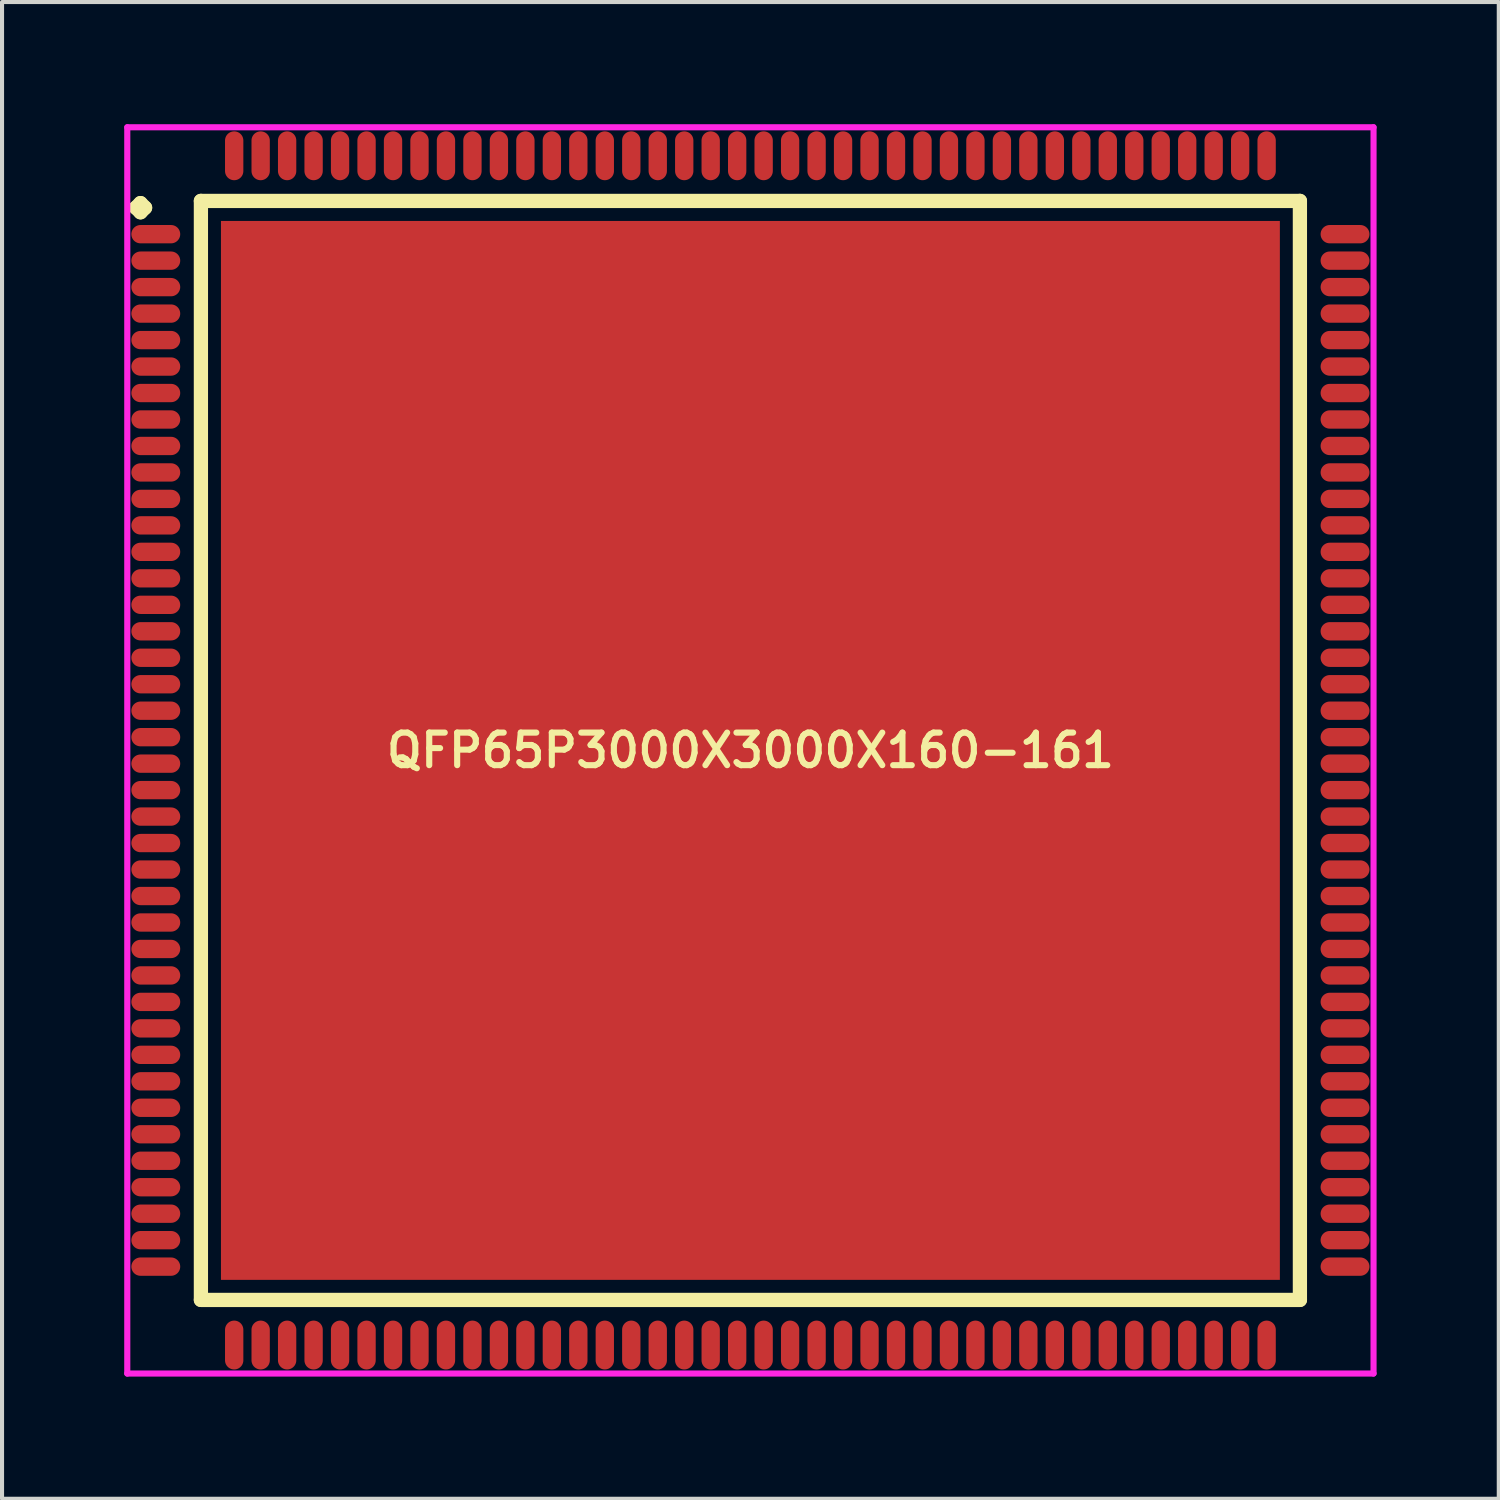
<source format=kicad_pcb>
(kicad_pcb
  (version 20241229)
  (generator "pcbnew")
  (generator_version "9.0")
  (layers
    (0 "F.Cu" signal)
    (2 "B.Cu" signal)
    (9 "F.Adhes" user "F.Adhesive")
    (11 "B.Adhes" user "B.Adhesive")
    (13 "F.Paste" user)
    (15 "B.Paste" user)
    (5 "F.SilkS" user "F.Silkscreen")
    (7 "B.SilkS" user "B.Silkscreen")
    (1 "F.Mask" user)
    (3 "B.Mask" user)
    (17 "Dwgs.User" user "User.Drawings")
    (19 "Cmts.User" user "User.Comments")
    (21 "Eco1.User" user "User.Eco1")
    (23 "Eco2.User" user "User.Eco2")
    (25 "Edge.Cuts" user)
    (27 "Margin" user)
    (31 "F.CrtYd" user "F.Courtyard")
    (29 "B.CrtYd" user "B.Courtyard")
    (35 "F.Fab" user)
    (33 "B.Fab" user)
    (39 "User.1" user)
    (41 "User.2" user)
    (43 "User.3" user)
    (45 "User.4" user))
  (footprint "QFP65P3000X3000X160-161"
    (layer "F.Cu")
    (at 15.375 15.375)
    (property "Reference" "QFP65P3000X3000X160-161" (at 0 0 0) (layer "F.SilkS") (effects (font (size 0.8 0.8) (thickness 0.15))))
    (attr smd)
    (fp_line (start -15.088 -13.325) (end -14.975 -13.438) (stroke (width 0.35) (type solid)) (layer "F.SilkS"))
    (fp_line (start -14.975 -13.438) (end -14.863 -13.325) (stroke (width 0.35) (type solid)) (layer "F.SilkS"))
    (fp_line (start -14.975 -13.213) (end -15.088 -13.325) (stroke (width 0.35) (type solid)) (layer "F.SilkS"))
    (fp_line (start -14.863 -13.325) (end -14.975 -13.213) (stroke (width 0.35) (type solid)) (layer "F.SilkS"))
    (fp_line (start -13.492 -13.492) (end -13.492 13.492) (stroke (width 0.35) (type solid)) (layer "F.SilkS"))
    (fp_line (start -13.492 13.492) (end 13.492 13.492) (stroke (width 0.35) (type solid)) (layer "F.SilkS"))
    (fp_line (start 13.492 -13.492) (end -13.492 -13.492) (stroke (width 0.35) (type solid)) (layer "F.SilkS"))
    (fp_line (start 13.492 13.492) (end 13.492 -13.492) (stroke (width 0.35) (type solid)) (layer "F.SilkS"))
    (fp_line (start -15.3 -15.3) (end 15.3 -15.3) (stroke (width 0.15) (type solid)) (layer "F.CrtYd"))
    (fp_line (start -15.3 15.3) (end -15.3 -15.3) (stroke (width 0.15) (type solid)) (layer "F.CrtYd"))
    (fp_line (start 15.3 -15.3) (end 15.3 15.3) (stroke (width 0.15) (type solid)) (layer "F.CrtYd"))
    (fp_line (start 15.3 15.3) (end -15.3 15.3) (stroke (width 0.15) (type solid)) (layer "F.CrtYd"))
    (pad "1" smd oval (at -14.6 -12.675) (size 1.2 0.45) (layers "F.Cu" "F.Mask" "F.Paste"))
    (pad "2" smd oval (at -14.6 -12.025) (size 1.2 0.45) (layers "F.Cu" "F.Mask" "F.Paste"))
    (pad "3" smd oval (at -14.6 -11.375) (size 1.2 0.45) (layers "F.Cu" "F.Mask" "F.Paste"))
    (pad "4" smd oval (at -14.6 -10.725) (size 1.2 0.45) (layers "F.Cu" "F.Mask" "F.Paste"))
    (pad "5" smd oval (at -14.6 -10.075) (size 1.2 0.45) (layers "F.Cu" "F.Mask" "F.Paste"))
    (pad "6" smd oval (at -14.6 -9.425) (size 1.2 0.45) (layers "F.Cu" "F.Mask" "F.Paste"))
    (pad "7" smd oval (at -14.6 -8.775) (size 1.2 0.45) (layers "F.Cu" "F.Mask" "F.Paste"))
    (pad "8" smd oval (at -14.6 -8.125) (size 1.2 0.45) (layers "F.Cu" "F.Mask" "F.Paste"))
    (pad "9" smd oval (at -14.6 -7.475) (size 1.2 0.45) (layers "F.Cu" "F.Mask" "F.Paste"))
    (pad "10" smd oval (at -14.6 -6.825) (size 1.2 0.45) (layers "F.Cu" "F.Mask" "F.Paste"))
    (pad "11" smd oval (at -14.6 -6.175) (size 1.2 0.45) (layers "F.Cu" "F.Mask" "F.Paste"))
    (pad "12" smd oval (at -14.6 -5.525) (size 1.2 0.45) (layers "F.Cu" "F.Mask" "F.Paste"))
    (pad "13" smd oval (at -14.6 -4.875) (size 1.2 0.45) (layers "F.Cu" "F.Mask" "F.Paste"))
    (pad "14" smd oval (at -14.6 -4.225) (size 1.2 0.45) (layers "F.Cu" "F.Mask" "F.Paste"))
    (pad "15" smd oval (at -14.6 -3.575) (size 1.2 0.45) (layers "F.Cu" "F.Mask" "F.Paste"))
    (pad "16" smd oval (at -14.6 -2.925) (size 1.2 0.45) (layers "F.Cu" "F.Mask" "F.Paste"))
    (pad "17" smd oval (at -14.6 -2.275) (size 1.2 0.45) (layers "F.Cu" "F.Mask" "F.Paste"))
    (pad "18" smd oval (at -14.6 -1.625) (size 1.2 0.45) (layers "F.Cu" "F.Mask" "F.Paste"))
    (pad "19" smd oval (at -14.6 -0.975) (size 1.2 0.45) (layers "F.Cu" "F.Mask" "F.Paste"))
    (pad "20" smd oval (at -14.6 -0.325) (size 1.2 0.45) (layers "F.Cu" "F.Mask" "F.Paste"))
    (pad "21" smd oval (at -14.6 0.325) (size 1.2 0.45) (layers "F.Cu" "F.Mask" "F.Paste"))
    (pad "22" smd oval (at -14.6 0.975) (size 1.2 0.45) (layers "F.Cu" "F.Mask" "F.Paste"))
    (pad "23" smd oval (at -14.6 1.625) (size 1.2 0.45) (layers "F.Cu" "F.Mask" "F.Paste"))
    (pad "24" smd oval (at -14.6 2.275) (size 1.2 0.45) (layers "F.Cu" "F.Mask" "F.Paste"))
    (pad "25" smd oval (at -14.6 2.925) (size 1.2 0.45) (layers "F.Cu" "F.Mask" "F.Paste"))
    (pad "26" smd oval (at -14.6 3.575) (size 1.2 0.45) (layers "F.Cu" "F.Mask" "F.Paste"))
    (pad "27" smd oval (at -14.6 4.225) (size 1.2 0.45) (layers "F.Cu" "F.Mask" "F.Paste"))
    (pad "28" smd oval (at -14.6 4.875) (size 1.2 0.45) (layers "F.Cu" "F.Mask" "F.Paste"))
    (pad "29" smd oval (at -14.6 5.525) (size 1.2 0.45) (layers "F.Cu" "F.Mask" "F.Paste"))
    (pad "30" smd oval (at -14.6 6.175) (size 1.2 0.45) (layers "F.Cu" "F.Mask" "F.Paste"))
    (pad "31" smd oval (at -14.6 6.825) (size 1.2 0.45) (layers "F.Cu" "F.Mask" "F.Paste"))
    (pad "32" smd oval (at -14.6 7.475) (size 1.2 0.45) (layers "F.Cu" "F.Mask" "F.Paste"))
    (pad "33" smd oval (at -14.6 8.125) (size 1.2 0.45) (layers "F.Cu" "F.Mask" "F.Paste"))
    (pad "34" smd oval (at -14.6 8.775) (size 1.2 0.45) (layers "F.Cu" "F.Mask" "F.Paste"))
    (pad "35" smd oval (at -14.6 9.425) (size 1.2 0.45) (layers "F.Cu" "F.Mask" "F.Paste"))
    (pad "36" smd oval (at -14.6 10.075) (size 1.2 0.45) (layers "F.Cu" "F.Mask" "F.Paste"))
    (pad "37" smd oval (at -14.6 10.725) (size 1.2 0.45) (layers "F.Cu" "F.Mask" "F.Paste"))
    (pad "38" smd oval (at -14.6 11.375) (size 1.2 0.45) (layers "F.Cu" "F.Mask" "F.Paste"))
    (pad "39" smd oval (at -14.6 12.025) (size 1.2 0.45) (layers "F.Cu" "F.Mask" "F.Paste"))
    (pad "40" smd oval (at -14.6 12.675) (size 1.2 0.45) (layers "F.Cu" "F.Mask" "F.Paste"))
    (pad "41" smd oval (at -12.675 14.6) (size 0.45 1.2) (layers "F.Cu" "F.Mask" "F.Paste"))
    (pad "42" smd oval (at -12.025 14.6) (size 0.45 1.2) (layers "F.Cu" "F.Mask" "F.Paste"))
    (pad "43" smd oval (at -11.375 14.6) (size 0.45 1.2) (layers "F.Cu" "F.Mask" "F.Paste"))
    (pad "44" smd oval (at -10.725 14.6) (size 0.45 1.2) (layers "F.Cu" "F.Mask" "F.Paste"))
    (pad "45" smd oval (at -10.075 14.6) (size 0.45 1.2) (layers "F.Cu" "F.Mask" "F.Paste"))
    (pad "46" smd oval (at -9.425 14.6) (size 0.45 1.2) (layers "F.Cu" "F.Mask" "F.Paste"))
    (pad "47" smd oval (at -8.775 14.6) (size 0.45 1.2) (layers "F.Cu" "F.Mask" "F.Paste"))
    (pad "48" smd oval (at -8.125 14.6) (size 0.45 1.2) (layers "F.Cu" "F.Mask" "F.Paste"))
    (pad "49" smd oval (at -7.475 14.6) (size 0.45 1.2) (layers "F.Cu" "F.Mask" "F.Paste"))
    (pad "50" smd oval (at -6.825 14.6) (size 0.45 1.2) (layers "F.Cu" "F.Mask" "F.Paste"))
    (pad "51" smd oval (at -6.175 14.6) (size 0.45 1.2) (layers "F.Cu" "F.Mask" "F.Paste"))
    (pad "52" smd oval (at -5.525 14.6) (size 0.45 1.2) (layers "F.Cu" "F.Mask" "F.Paste"))
    (pad "53" smd oval (at -4.875 14.6) (size 0.45 1.2) (layers "F.Cu" "F.Mask" "F.Paste"))
    (pad "54" smd oval (at -4.225 14.6) (size 0.45 1.2) (layers "F.Cu" "F.Mask" "F.Paste"))
    (pad "55" smd oval (at -3.575 14.6) (size 0.45 1.2) (layers "F.Cu" "F.Mask" "F.Paste"))
    (pad "56" smd oval (at -2.925 14.6) (size 0.45 1.2) (layers "F.Cu" "F.Mask" "F.Paste"))
    (pad "57" smd oval (at -2.275 14.6) (size 0.45 1.2) (layers "F.Cu" "F.Mask" "F.Paste"))
    (pad "58" smd oval (at -1.625 14.6) (size 0.45 1.2) (layers "F.Cu" "F.Mask" "F.Paste"))
    (pad "59" smd oval (at -0.975 14.6) (size 0.45 1.2) (layers "F.Cu" "F.Mask" "F.Paste"))
    (pad "60" smd oval (at -0.325 14.6) (size 0.45 1.2) (layers "F.Cu" "F.Mask" "F.Paste"))
    (pad "61" smd oval (at 0.325 14.6) (size 0.45 1.2) (layers "F.Cu" "F.Mask" "F.Paste"))
    (pad "62" smd oval (at 0.975 14.6) (size 0.45 1.2) (layers "F.Cu" "F.Mask" "F.Paste"))
    (pad "63" smd oval (at 1.625 14.6) (size 0.45 1.2) (layers "F.Cu" "F.Mask" "F.Paste"))
    (pad "64" smd oval (at 2.275 14.6) (size 0.45 1.2) (layers "F.Cu" "F.Mask" "F.Paste"))
    (pad "65" smd oval (at 2.925 14.6) (size 0.45 1.2) (layers "F.Cu" "F.Mask" "F.Paste"))
    (pad "66" smd oval (at 3.575 14.6) (size 0.45 1.2) (layers "F.Cu" "F.Mask" "F.Paste"))
    (pad "67" smd oval (at 4.225 14.6) (size 0.45 1.2) (layers "F.Cu" "F.Mask" "F.Paste"))
    (pad "68" smd oval (at 4.875 14.6) (size 0.45 1.2) (layers "F.Cu" "F.Mask" "F.Paste"))
    (pad "69" smd oval (at 5.525 14.6) (size 0.45 1.2) (layers "F.Cu" "F.Mask" "F.Paste"))
    (pad "70" smd oval (at 6.175 14.6) (size 0.45 1.2) (layers "F.Cu" "F.Mask" "F.Paste"))
    (pad "71" smd oval (at 6.825 14.6) (size 0.45 1.2) (layers "F.Cu" "F.Mask" "F.Paste"))
    (pad "72" smd oval (at 7.475 14.6) (size 0.45 1.2) (layers "F.Cu" "F.Mask" "F.Paste"))
    (pad "73" smd oval (at 8.125 14.6) (size 0.45 1.2) (layers "F.Cu" "F.Mask" "F.Paste"))
    (pad "74" smd oval (at 8.775 14.6) (size 0.45 1.2) (layers "F.Cu" "F.Mask" "F.Paste"))
    (pad "75" smd oval (at 9.425 14.6) (size 0.45 1.2) (layers "F.Cu" "F.Mask" "F.Paste"))
    (pad "76" smd oval (at 10.075 14.6) (size 0.45 1.2) (layers "F.Cu" "F.Mask" "F.Paste"))
    (pad "77" smd oval (at 10.725 14.6) (size 0.45 1.2) (layers "F.Cu" "F.Mask" "F.Paste"))
    (pad "78" smd oval (at 11.375 14.6) (size 0.45 1.2) (layers "F.Cu" "F.Mask" "F.Paste"))
    (pad "79" smd oval (at 12.025 14.6) (size 0.45 1.2) (layers "F.Cu" "F.Mask" "F.Paste"))
    (pad "80" smd oval (at 12.675 14.6) (size 0.45 1.2) (layers "F.Cu" "F.Mask" "F.Paste"))
    (pad "81" smd oval (at 14.6 12.675) (size 1.2 0.45) (layers "F.Cu" "F.Mask" "F.Paste"))
    (pad "82" smd oval (at 14.6 12.025) (size 1.2 0.45) (layers "F.Cu" "F.Mask" "F.Paste"))
    (pad "83" smd oval (at 14.6 11.375) (size 1.2 0.45) (layers "F.Cu" "F.Mask" "F.Paste"))
    (pad "84" smd oval (at 14.6 10.725) (size 1.2 0.45) (layers "F.Cu" "F.Mask" "F.Paste"))
    (pad "85" smd oval (at 14.6 10.075) (size 1.2 0.45) (layers "F.Cu" "F.Mask" "F.Paste"))
    (pad "86" smd oval (at 14.6 9.425) (size 1.2 0.45) (layers "F.Cu" "F.Mask" "F.Paste"))
    (pad "87" smd oval (at 14.6 8.775) (size 1.2 0.45) (layers "F.Cu" "F.Mask" "F.Paste"))
    (pad "88" smd oval (at 14.6 8.125) (size 1.2 0.45) (layers "F.Cu" "F.Mask" "F.Paste"))
    (pad "89" smd oval (at 14.6 7.475) (size 1.2 0.45) (layers "F.Cu" "F.Mask" "F.Paste"))
    (pad "90" smd oval (at 14.6 6.825) (size 1.2 0.45) (layers "F.Cu" "F.Mask" "F.Paste"))
    (pad "91" smd oval (at 14.6 6.175) (size 1.2 0.45) (layers "F.Cu" "F.Mask" "F.Paste"))
    (pad "92" smd oval (at 14.6 5.525) (size 1.2 0.45) (layers "F.Cu" "F.Mask" "F.Paste"))
    (pad "93" smd oval (at 14.6 4.875) (size 1.2 0.45) (layers "F.Cu" "F.Mask" "F.Paste"))
    (pad "94" smd oval (at 14.6 4.225) (size 1.2 0.45) (layers "F.Cu" "F.Mask" "F.Paste"))
    (pad "95" smd oval (at 14.6 3.575) (size 1.2 0.45) (layers "F.Cu" "F.Mask" "F.Paste"))
    (pad "96" smd oval (at 14.6 2.925) (size 1.2 0.45) (layers "F.Cu" "F.Mask" "F.Paste"))
    (pad "97" smd oval (at 14.6 2.275) (size 1.2 0.45) (layers "F.Cu" "F.Mask" "F.Paste"))
    (pad "98" smd oval (at 14.6 1.625) (size 1.2 0.45) (layers "F.Cu" "F.Mask" "F.Paste"))
    (pad "99" smd oval (at 14.6 0.975) (size 1.2 0.45) (layers "F.Cu" "F.Mask" "F.Paste"))
    (pad "100" smd oval (at 14.6 0.325) (size 1.2 0.45) (layers "F.Cu" "F.Mask" "F.Paste"))
    (pad "101" smd oval (at 14.6 -0.325) (size 1.2 0.45) (layers "F.Cu" "F.Mask" "F.Paste"))
    (pad "102" smd oval (at 14.6 -0.975) (size 1.2 0.45) (layers "F.Cu" "F.Mask" "F.Paste"))
    (pad "103" smd oval (at 14.6 -1.625) (size 1.2 0.45) (layers "F.Cu" "F.Mask" "F.Paste"))
    (pad "104" smd oval (at 14.6 -2.275) (size 1.2 0.45) (layers "F.Cu" "F.Mask" "F.Paste"))
    (pad "105" smd oval (at 14.6 -2.925) (size 1.2 0.45) (layers "F.Cu" "F.Mask" "F.Paste"))
    (pad "106" smd oval (at 14.6 -3.575) (size 1.2 0.45) (layers "F.Cu" "F.Mask" "F.Paste"))
    (pad "107" smd oval (at 14.6 -4.225) (size 1.2 0.45) (layers "F.Cu" "F.Mask" "F.Paste"))
    (pad "108" smd oval (at 14.6 -4.875) (size 1.2 0.45) (layers "F.Cu" "F.Mask" "F.Paste"))
    (pad "109" smd oval (at 14.6 -5.525) (size 1.2 0.45) (layers "F.Cu" "F.Mask" "F.Paste"))
    (pad "110" smd oval (at 14.6 -6.175) (size 1.2 0.45) (layers "F.Cu" "F.Mask" "F.Paste"))
    (pad "111" smd oval (at 14.6 -6.825) (size 1.2 0.45) (layers "F.Cu" "F.Mask" "F.Paste"))
    (pad "112" smd oval (at 14.6 -7.475) (size 1.2 0.45) (layers "F.Cu" "F.Mask" "F.Paste"))
    (pad "113" smd oval (at 14.6 -8.125) (size 1.2 0.45) (layers "F.Cu" "F.Mask" "F.Paste"))
    (pad "114" smd oval (at 14.6 -8.775) (size 1.2 0.45) (layers "F.Cu" "F.Mask" "F.Paste"))
    (pad "115" smd oval (at 14.6 -9.425) (size 1.2 0.45) (layers "F.Cu" "F.Mask" "F.Paste"))
    (pad "116" smd oval (at 14.6 -10.075) (size 1.2 0.45) (layers "F.Cu" "F.Mask" "F.Paste"))
    (pad "117" smd oval (at 14.6 -10.725) (size 1.2 0.45) (layers "F.Cu" "F.Mask" "F.Paste"))
    (pad "118" smd oval (at 14.6 -11.375) (size 1.2 0.45) (layers "F.Cu" "F.Mask" "F.Paste"))
    (pad "119" smd oval (at 14.6 -12.025) (size 1.2 0.45) (layers "F.Cu" "F.Mask" "F.Paste"))
    (pad "120" smd oval (at 14.6 -12.675) (size 1.2 0.45) (layers "F.Cu" "F.Mask" "F.Paste"))
    (pad "121" smd oval (at 12.675 -14.6) (size 0.45 1.2) (layers "F.Cu" "F.Mask" "F.Paste"))
    (pad "122" smd oval (at 12.025 -14.6) (size 0.45 1.2) (layers "F.Cu" "F.Mask" "F.Paste"))
    (pad "123" smd oval (at 11.375 -14.6) (size 0.45 1.2) (layers "F.Cu" "F.Mask" "F.Paste"))
    (pad "124" smd oval (at 10.725 -14.6) (size 0.45 1.2) (layers "F.Cu" "F.Mask" "F.Paste"))
    (pad "125" smd oval (at 10.075 -14.6) (size 0.45 1.2) (layers "F.Cu" "F.Mask" "F.Paste"))
    (pad "126" smd oval (at 9.425 -14.6) (size 0.45 1.2) (layers "F.Cu" "F.Mask" "F.Paste"))
    (pad "127" smd oval (at 8.775 -14.6) (size 0.45 1.2) (layers "F.Cu" "F.Mask" "F.Paste"))
    (pad "128" smd oval (at 8.125 -14.6) (size 0.45 1.2) (layers "F.Cu" "F.Mask" "F.Paste"))
    (pad "129" smd oval (at 7.475 -14.6) (size 0.45 1.2) (layers "F.Cu" "F.Mask" "F.Paste"))
    (pad "130" smd oval (at 6.825 -14.6) (size 0.45 1.2) (layers "F.Cu" "F.Mask" "F.Paste"))
    (pad "131" smd oval (at 6.175 -14.6) (size 0.45 1.2) (layers "F.Cu" "F.Mask" "F.Paste"))
    (pad "132" smd oval (at 5.525 -14.6) (size 0.45 1.2) (layers "F.Cu" "F.Mask" "F.Paste"))
    (pad "133" smd oval (at 4.875 -14.6) (size 0.45 1.2) (layers "F.Cu" "F.Mask" "F.Paste"))
    (pad "134" smd oval (at 4.225 -14.6) (size 0.45 1.2) (layers "F.Cu" "F.Mask" "F.Paste"))
    (pad "135" smd oval (at 3.575 -14.6) (size 0.45 1.2) (layers "F.Cu" "F.Mask" "F.Paste"))
    (pad "136" smd oval (at 2.925 -14.6) (size 0.45 1.2) (layers "F.Cu" "F.Mask" "F.Paste"))
    (pad "137" smd oval (at 2.275 -14.6) (size 0.45 1.2) (layers "F.Cu" "F.Mask" "F.Paste"))
    (pad "138" smd oval (at 1.625 -14.6) (size 0.45 1.2) (layers "F.Cu" "F.Mask" "F.Paste"))
    (pad "139" smd oval (at 0.975 -14.6) (size 0.45 1.2) (layers "F.Cu" "F.Mask" "F.Paste"))
    (pad "140" smd oval (at 0.325 -14.6) (size 0.45 1.2) (layers "F.Cu" "F.Mask" "F.Paste"))
    (pad "141" smd oval (at -0.325 -14.6) (size 0.45 1.2) (layers "F.Cu" "F.Mask" "F.Paste"))
    (pad "142" smd oval (at -0.975 -14.6) (size 0.45 1.2) (layers "F.Cu" "F.Mask" "F.Paste"))
    (pad "143" smd oval (at -1.625 -14.6) (size 0.45 1.2) (layers "F.Cu" "F.Mask" "F.Paste"))
    (pad "144" smd oval (at -2.275 -14.6) (size 0.45 1.2) (layers "F.Cu" "F.Mask" "F.Paste"))
    (pad "145" smd oval (at -2.925 -14.6) (size 0.45 1.2) (layers "F.Cu" "F.Mask" "F.Paste"))
    (pad "146" smd oval (at -3.575 -14.6) (size 0.45 1.2) (layers "F.Cu" "F.Mask" "F.Paste"))
    (pad "147" smd oval (at -4.225 -14.6) (size 0.45 1.2) (layers "F.Cu" "F.Mask" "F.Paste"))
    (pad "148" smd oval (at -4.875 -14.6) (size 0.45 1.2) (layers "F.Cu" "F.Mask" "F.Paste"))
    (pad "149" smd oval (at -5.525 -14.6) (size 0.45 1.2) (layers "F.Cu" "F.Mask" "F.Paste"))
    (pad "150" smd oval (at -6.175 -14.6) (size 0.45 1.2) (layers "F.Cu" "F.Mask" "F.Paste"))
    (pad "151" smd oval (at -6.825 -14.6) (size 0.45 1.2) (layers "F.Cu" "F.Mask" "F.Paste"))
    (pad "152" smd oval (at -7.475 -14.6) (size 0.45 1.2) (layers "F.Cu" "F.Mask" "F.Paste"))
    (pad "153" smd oval (at -8.125 -14.6) (size 0.45 1.2) (layers "F.Cu" "F.Mask" "F.Paste"))
    (pad "154" smd oval (at -8.775 -14.6) (size 0.45 1.2) (layers "F.Cu" "F.Mask" "F.Paste"))
    (pad "155" smd oval (at -9.425 -14.6) (size 0.45 1.2) (layers "F.Cu" "F.Mask" "F.Paste"))
    (pad "156" smd oval (at -10.075 -14.6) (size 0.45 1.2) (layers "F.Cu" "F.Mask" "F.Paste"))
    (pad "157" smd oval (at -10.725 -14.6) (size 0.45 1.2) (layers "F.Cu" "F.Mask" "F.Paste"))
    (pad "158" smd oval (at -11.375 -14.6) (size 0.45 1.2) (layers "F.Cu" "F.Mask" "F.Paste"))
    (pad "159" smd oval (at -12.025 -14.6) (size 0.45 1.2) (layers "F.Cu" "F.Mask" "F.Paste"))
    (pad "160" smd oval (at -12.675 -14.6) (size 0.45 1.2) (layers "F.Cu" "F.Mask" "F.Paste"))
    (pad "161" smd rect (at 0 0) (size 26 26) (layers "F.Cu" "F.Mask" "F.Paste")))
  (gr_rect
    (start -3 -3)
    (end 33.75 33.75)
    (stroke (width 0.1) (type default))
    (fill no)
    (layer "Edge.Cuts")))
</source>
